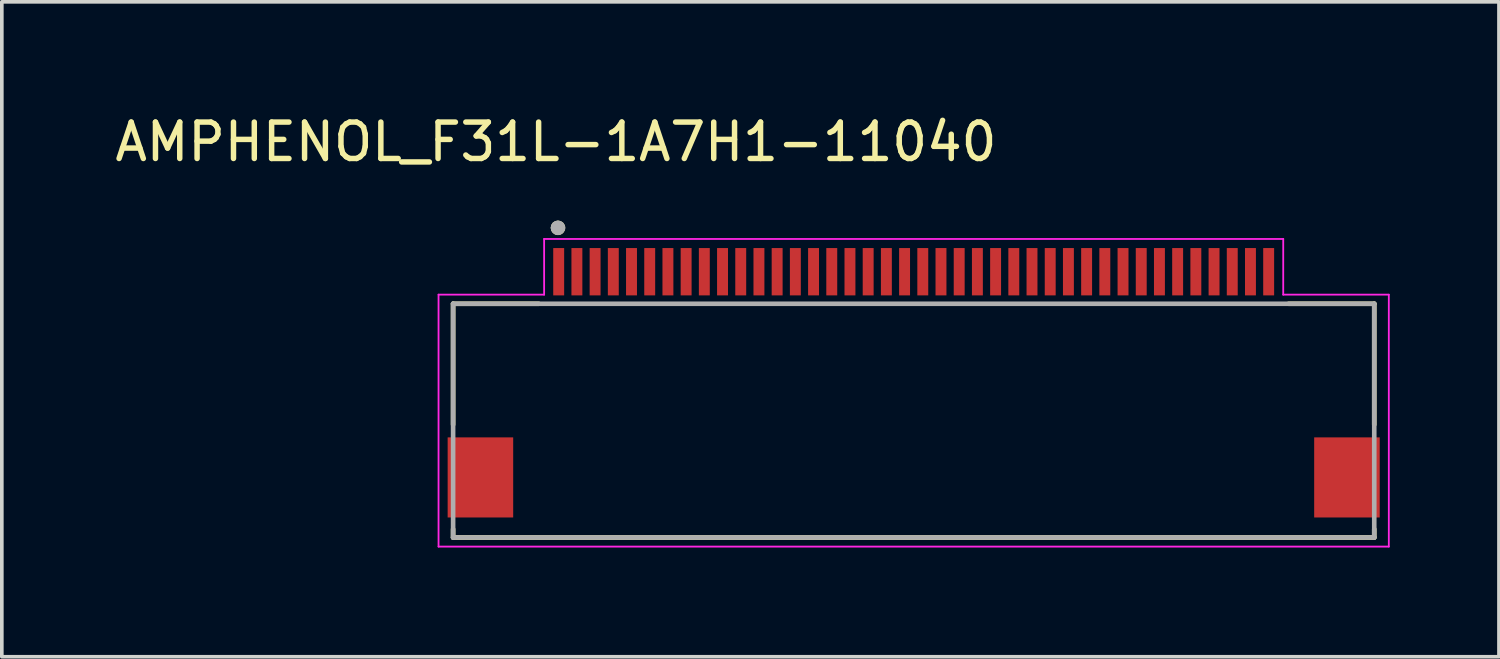
<source format=kicad_pcb>
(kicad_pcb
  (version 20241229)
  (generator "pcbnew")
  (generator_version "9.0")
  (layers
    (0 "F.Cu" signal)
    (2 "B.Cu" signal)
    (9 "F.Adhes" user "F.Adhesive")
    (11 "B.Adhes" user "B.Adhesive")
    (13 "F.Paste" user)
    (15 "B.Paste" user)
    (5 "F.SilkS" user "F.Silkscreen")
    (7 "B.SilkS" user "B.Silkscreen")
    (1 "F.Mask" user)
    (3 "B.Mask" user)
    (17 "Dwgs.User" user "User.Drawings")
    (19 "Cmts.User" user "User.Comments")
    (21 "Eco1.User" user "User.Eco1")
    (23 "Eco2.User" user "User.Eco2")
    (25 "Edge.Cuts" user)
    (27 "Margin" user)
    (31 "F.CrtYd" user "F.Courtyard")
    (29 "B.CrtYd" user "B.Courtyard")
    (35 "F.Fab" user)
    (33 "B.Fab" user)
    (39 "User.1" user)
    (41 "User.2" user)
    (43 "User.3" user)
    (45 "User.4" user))
  (footprint "AMPHENOL_F31L-1A7H1-11040"
    (layer "F.Cu")
    (at 22.045 8.503)
    (property "Reference" "AMPHENOL_F31L-1A7H1-11040" (at -9.825 -7.655 0) (layer "F.SilkS") (effects (font (size 1 1) (thickness 0.15))))
    (attr smd)
    (fp_line (start -12.65 -3.21) (end -12.65 0.11) (stroke (width 0.127) (type solid)) (layer "F.SilkS"))
    (fp_line (start -12.65 3.21) (end -12.65 2.98) (stroke (width 0.127) (type solid)) (layer "F.SilkS"))
    (fp_line (start -12.65 3.21) (end 12.65 3.21) (stroke (width 0.127) (type solid)) (layer "F.SilkS"))
    (fp_line (start -10.3 -3.21) (end -12.65 -3.21) (stroke (width 0.127) (type solid)) (layer "F.SilkS"))
    (fp_line (start 12.65 -3.21) (end 10.3 -3.21) (stroke (width 0.127) (type solid)) (layer "F.SilkS"))
    (fp_line (start 12.65 0.11) (end 12.65 -3.21) (stroke (width 0.127) (type solid)) (layer "F.SilkS"))
    (fp_line (start 12.65 3.21) (end 12.65 2.98) (stroke (width 0.127) (type solid)) (layer "F.SilkS"))
    (fp_circle (center -9.77 -5.296) (end -9.67 -5.296) (stroke (width 0.2) (type solid)) (fill no) (layer "F.SilkS"))
    (fp_line (start -13.05 -3.46) (end -13.05 3.46) (stroke (width 0.05) (type solid)) (layer "F.CrtYd"))
    (fp_line (start -13.05 3.46) (end 13.05 3.46) (stroke (width 0.05) (type solid)) (layer "F.CrtYd"))
    (fp_line (start -10.15 -3.46) (end -13.05 -3.46) (stroke (width 0.05) (type solid)) (layer "F.CrtYd"))
    (fp_line (start -10.15 -3.46) (end -10.15 -4.99) (stroke (width 0.05) (type solid)) (layer "F.CrtYd"))
    (fp_line (start 10.15 -4.99) (end -10.15 -4.99) (stroke (width 0.05) (type solid)) (layer "F.CrtYd"))
    (fp_line (start 10.15 -3.46) (end 10.15 -4.99) (stroke (width 0.05) (type solid)) (layer "F.CrtYd"))
    (fp_line (start 13.05 -3.46) (end 10.15 -3.46) (stroke (width 0.05) (type solid)) (layer "F.CrtYd"))
    (fp_line (start 13.05 3.46) (end 13.05 -3.46) (stroke (width 0.05) (type solid)) (layer "F.CrtYd"))
    (fp_line (start -12.65 -3.21) (end -12.65 3.21) (stroke (width 0.127) (type solid)) (layer "F.Fab"))
    (fp_line (start -12.65 3.21) (end 12.65 3.21) (stroke (width 0.127) (type solid)) (layer "F.Fab"))
    (fp_line (start 12.65 -3.21) (end -12.65 -3.21) (stroke (width 0.127) (type solid)) (layer "F.Fab"))
    (fp_line (start 12.65 3.21) (end 12.65 -3.21) (stroke (width 0.127) (type solid)) (layer "F.Fab"))
    (fp_circle (center -9.77 -5.296) (end -9.67 -5.296) (stroke (width 0.2) (type solid)) (fill no) (layer "F.Fab"))
    (pad "1" smd rect (at -9.75 -4.09) (size 0.3 1.3) (layers "F.Cu" "F.Mask" "F.Paste"))
    (pad "2" smd rect (at -9.25 -4.09) (size 0.3 1.3) (layers "F.Cu" "F.Mask" "F.Paste"))
    (pad "3" smd rect (at -8.75 -4.09) (size 0.3 1.3) (layers "F.Cu" "F.Mask" "F.Paste"))
    (pad "4" smd rect (at -8.25 -4.09) (size 0.3 1.3) (layers "F.Cu" "F.Mask" "F.Paste"))
    (pad "5" smd rect (at -7.75 -4.09) (size 0.3 1.3) (layers "F.Cu" "F.Mask" "F.Paste"))
    (pad "6" smd rect (at -7.25 -4.09) (size 0.3 1.3) (layers "F.Cu" "F.Mask" "F.Paste"))
    (pad "7" smd rect (at -6.75 -4.09) (size 0.3 1.3) (layers "F.Cu" "F.Mask" "F.Paste"))
    (pad "8" smd rect (at -6.25 -4.09) (size 0.3 1.3) (layers "F.Cu" "F.Mask" "F.Paste"))
    (pad "9" smd rect (at -5.75 -4.09) (size 0.3 1.3) (layers "F.Cu" "F.Mask" "F.Paste"))
    (pad "10" smd rect (at -5.25 -4.09) (size 0.3 1.3) (layers "F.Cu" "F.Mask" "F.Paste"))
    (pad "11" smd rect (at -4.75 -4.09) (size 0.3 1.3) (layers "F.Cu" "F.Mask" "F.Paste"))
    (pad "12" smd rect (at -4.25 -4.09) (size 0.3 1.3) (layers "F.Cu" "F.Mask" "F.Paste"))
    (pad "13" smd rect (at -3.75 -4.09) (size 0.3 1.3) (layers "F.Cu" "F.Mask" "F.Paste"))
    (pad "14" smd rect (at -3.25 -4.09) (size 0.3 1.3) (layers "F.Cu" "F.Mask" "F.Paste"))
    (pad "15" smd rect (at -2.75 -4.09) (size 0.3 1.3) (layers "F.Cu" "F.Mask" "F.Paste"))
    (pad "16" smd rect (at -2.25 -4.09) (size 0.3 1.3) (layers "F.Cu" "F.Mask" "F.Paste"))
    (pad "17" smd rect (at -1.75 -4.09) (size 0.3 1.3) (layers "F.Cu" "F.Mask" "F.Paste"))
    (pad "18" smd rect (at -1.25 -4.09) (size 0.3 1.3) (layers "F.Cu" "F.Mask" "F.Paste"))
    (pad "19" smd rect (at -0.75 -4.09) (size 0.3 1.3) (layers "F.Cu" "F.Mask" "F.Paste"))
    (pad "20" smd rect (at -0.25 -4.09) (size 0.3 1.3) (layers "F.Cu" "F.Mask" "F.Paste"))
    (pad "21" smd rect (at 0.25 -4.09) (size 0.3 1.3) (layers "F.Cu" "F.Mask" "F.Paste"))
    (pad "22" smd rect (at 0.75 -4.09) (size 0.3 1.3) (layers "F.Cu" "F.Mask" "F.Paste"))
    (pad "23" smd rect (at 1.25 -4.09) (size 0.3 1.3) (layers "F.Cu" "F.Mask" "F.Paste"))
    (pad "24" smd rect (at 1.75 -4.09) (size 0.3 1.3) (layers "F.Cu" "F.Mask" "F.Paste"))
    (pad "25" smd rect (at 2.25 -4.09) (size 0.3 1.3) (layers "F.Cu" "F.Mask" "F.Paste"))
    (pad "26" smd rect (at 2.75 -4.09) (size 0.3 1.3) (layers "F.Cu" "F.Mask" "F.Paste"))
    (pad "27" smd rect (at 3.25 -4.09) (size 0.3 1.3) (layers "F.Cu" "F.Mask" "F.Paste"))
    (pad "28" smd rect (at 3.75 -4.09) (size 0.3 1.3) (layers "F.Cu" "F.Mask" "F.Paste"))
    (pad "29" smd rect (at 4.25 -4.09) (size 0.3 1.3) (layers "F.Cu" "F.Mask" "F.Paste"))
    (pad "30" smd rect (at 4.75 -4.09) (size 0.3 1.3) (layers "F.Cu" "F.Mask" "F.Paste"))
    (pad "31" smd rect (at 5.25 -4.09) (size 0.3 1.3) (layers "F.Cu" "F.Mask" "F.Paste"))
    (pad "32" smd rect (at 5.75 -4.09) (size 0.3 1.3) (layers "F.Cu" "F.Mask" "F.Paste"))
    (pad "33" smd rect (at 6.25 -4.09) (size 0.3 1.3) (layers "F.Cu" "F.Mask" "F.Paste"))
    (pad "34" smd rect (at 6.75 -4.09) (size 0.3 1.3) (layers "F.Cu" "F.Mask" "F.Paste"))
    (pad "35" smd rect (at 7.25 -4.09) (size 0.3 1.3) (layers "F.Cu" "F.Mask" "F.Paste"))
    (pad "36" smd rect (at 7.75 -4.09) (size 0.3 1.3) (layers "F.Cu" "F.Mask" "F.Paste"))
    (pad "37" smd rect (at 8.25 -4.09) (size 0.3 1.3) (layers "F.Cu" "F.Mask" "F.Paste"))
    (pad "38" smd rect (at 8.75 -4.09) (size 0.3 1.3) (layers "F.Cu" "F.Mask" "F.Paste"))
    (pad "39" smd rect (at 9.25 -4.09) (size 0.3 1.3) (layers "F.Cu" "F.Mask" "F.Paste"))
    (pad "40" smd rect (at 9.75 -4.09) (size 0.3 1.3) (layers "F.Cu" "F.Mask" "F.Paste"))
    (pad "SH1" smd rect (at -11.9 1.56) (size 1.8 2.2) (layers "F.Cu" "F.Mask" "F.Paste"))
    (pad "SH2" smd rect (at 11.9 1.56) (size 1.8 2.2) (layers "F.Cu" "F.Mask" "F.Paste")))
  (gr_rect
    (start -3 -3)
    (end 38.12 14.988)
    (stroke (width 0.1) (type default))
    (fill no)
    (layer "Edge.Cuts")))
</source>
